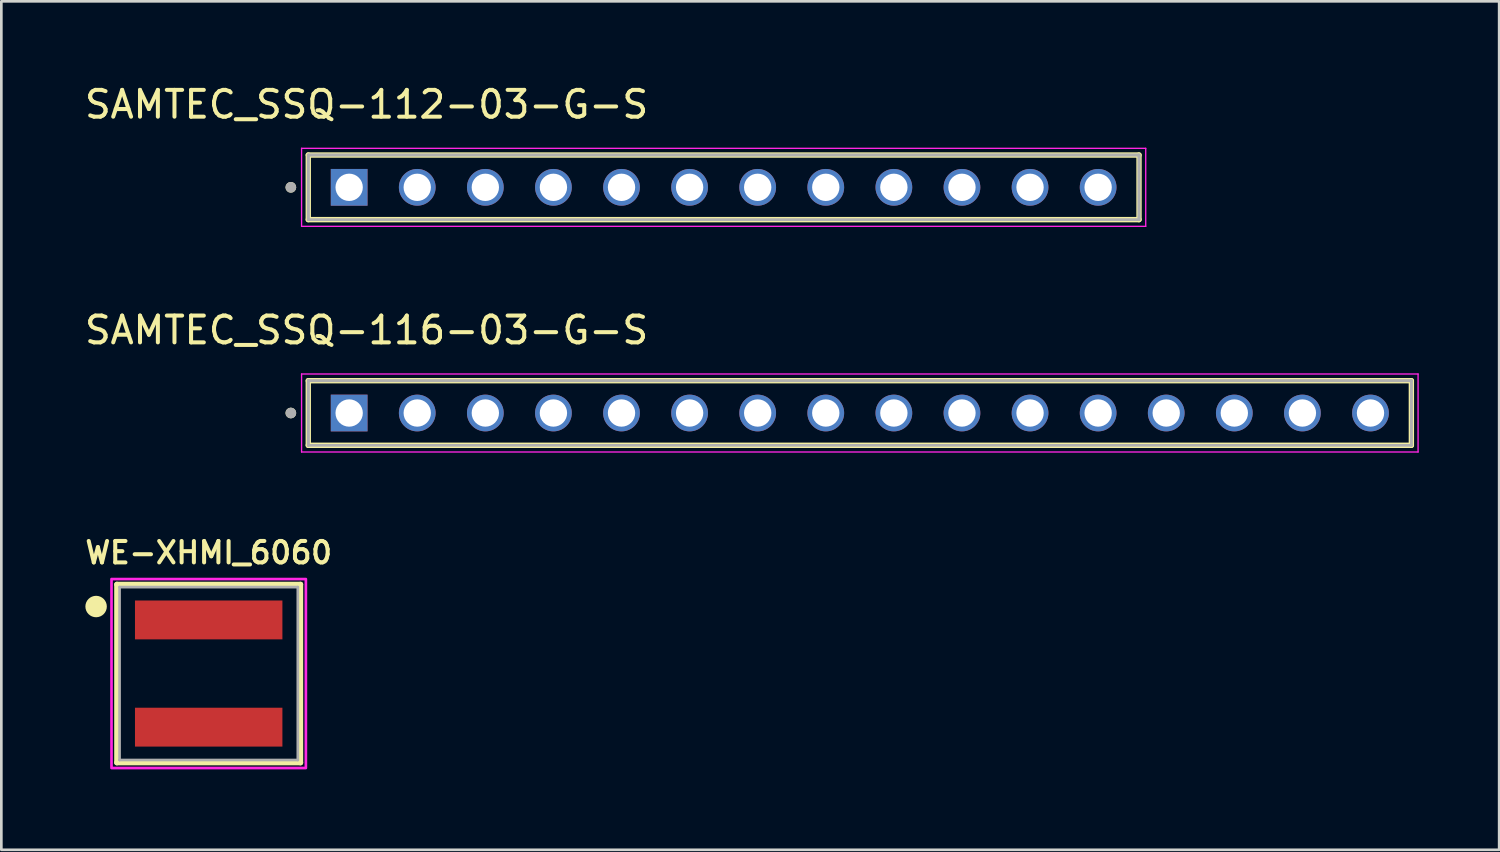
<source format=kicad_pcb>
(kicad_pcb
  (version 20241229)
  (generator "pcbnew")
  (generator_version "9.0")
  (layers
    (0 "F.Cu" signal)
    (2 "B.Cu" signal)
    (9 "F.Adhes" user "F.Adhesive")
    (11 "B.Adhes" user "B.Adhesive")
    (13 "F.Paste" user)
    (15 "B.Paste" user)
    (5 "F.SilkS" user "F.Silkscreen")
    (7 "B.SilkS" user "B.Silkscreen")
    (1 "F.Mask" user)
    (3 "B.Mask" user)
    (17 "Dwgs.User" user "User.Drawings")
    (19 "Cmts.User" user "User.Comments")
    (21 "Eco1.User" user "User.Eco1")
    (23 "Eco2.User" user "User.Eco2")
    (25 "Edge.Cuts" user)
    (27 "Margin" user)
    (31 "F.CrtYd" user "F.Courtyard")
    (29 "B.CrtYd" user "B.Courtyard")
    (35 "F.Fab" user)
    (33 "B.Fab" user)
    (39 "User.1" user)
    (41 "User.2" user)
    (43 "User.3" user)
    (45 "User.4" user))
  (footprint "WE-XHMI_6060"
    (layer "F.Cu")
    (at 4.735 22.076)
    (property "Reference" "WE-XHMI_6060" (at 0 -4.508 0) (layer "F.SilkS") (effects (font (size 0.8 0.8) (thickness 0.15))))
    (attr smd)
    (fp_line (start -3.425 -3.325) (end 3.425 -3.325) (stroke (width 0.2) (type solid)) (layer "F.SilkS"))
    (fp_line (start -3.425 3.325) (end -3.425 -3.325) (stroke (width 0.2) (type solid)) (layer "F.SilkS"))
    (fp_line (start 3.425 -3.325) (end 3.425 3.325) (stroke (width 0.2) (type solid)) (layer "F.SilkS"))
    (fp_line (start 3.425 3.325) (end -3.425 3.325) (stroke (width 0.2) (type solid)) (layer "F.SilkS"))
    (fp_circle (center -4.2 -2.5) (end -4 -2.5) (stroke (width 0.4) (type solid)) (fill no) (layer "F.SilkS"))
    (fp_poly (pts (xy -3.625 -3.525) (xy 3.625 -3.525) (xy 3.625 3.525) (xy -3.625 3.525)) (stroke (width 0.1) (type solid)) (fill no) (layer "F.CrtYd"))
    (fp_line (start -3.325 -3.225) (end 3.325 -3.225) (stroke (width 0.1) (type solid)) (layer "F.Fab"))
    (fp_line (start -3.325 3.225) (end -3.325 -3.225) (stroke (width 0.1) (type solid)) (layer "F.Fab"))
    (fp_line (start 3.325 -3.225) (end 3.325 3.225) (stroke (width 0.1) (type solid)) (layer "F.Fab"))
    (fp_line (start 3.325 3.225) (end -3.325 3.225) (stroke (width 0.1) (type solid)) (layer "F.Fab"))
    (pad "1" smd rect (at 0 -2) (size 5.5 1.45) (layers "F.Cu" "F.Mask" "F.Paste"))
    (pad "2" smd rect (at 0 2) (size 5.5 1.45) (layers "F.Cu" "F.Mask" "F.Paste"))
    (zone (net_name "") (layer "F.Cu") (hatch full 0.508) (connect_pads) (min_thickness 0.1) (filled_areas_thickness no) (keepout (tracks not_allowed) (vias not_allowed) (pads not_allowed) (copperpour not_allowed) (footprints allowed)) (placement (enabled no)) (fill) (polygon (pts (xy 1.51 20.851) (xy 7.96 20.851) (xy 7.96 23.301) (xy 1.51 23.301))))
    (zone (net_name "") (layers "F.Cu" "B.Cu") (hatch full 0.508) (connect_pads) (min_thickness 0.1) (filled_areas_thickness no) (keepout (tracks allowed) (vias not_allowed) (pads allowed) (copperpour allowed) (footprints allowed)) (placement (enabled no)) (fill) (polygon (pts (xy 1.51 20.851) (xy 7.96 20.851) (xy 7.96 23.301) (xy 1.51 23.301)))))
  (footprint "SAMTEC_SSQ-112-03-G-S"
    (layer "F.Cu")
    (at 23.945 3.938)
    (property "Reference" "SAMTEC_SSQ-112-03-G-S" (at -13.32 -3.09 0) (layer "F.SilkS") (effects (font (size 1 1) (thickness 0.15))))
    (attr through_hole)
    (fp_line (start -15.495 1.205) (end -15.495 -1.205) (stroke (width 0.2) (type solid)) (layer "F.SilkS"))
    (fp_line (start 15.495 -1.205) (end -15.495 -1.205) (stroke (width 0.2) (type solid)) (layer "F.SilkS"))
    (fp_line (start 15.495 -1.205) (end 15.495 1.205) (stroke (width 0.2) (type solid)) (layer "F.SilkS"))
    (fp_line (start 15.495 1.205) (end -15.495 1.205) (stroke (width 0.2) (type solid)) (layer "F.SilkS"))
    (fp_circle (center -16.145 0) (end -16.045 0) (stroke (width 0.2) (type solid)) (fill no) (layer "F.SilkS"))
    (fp_line (start -15.745 -1.455) (end 15.745 -1.455) (stroke (width 0.05) (type solid)) (layer "F.CrtYd"))
    (fp_line (start -15.745 1.455) (end -15.745 -1.455) (stroke (width 0.05) (type solid)) (layer "F.CrtYd"))
    (fp_line (start 15.745 -1.455) (end 15.745 1.455) (stroke (width 0.05) (type solid)) (layer "F.CrtYd"))
    (fp_line (start 15.745 1.455) (end -15.745 1.455) (stroke (width 0.05) (type solid)) (layer "F.CrtYd"))
    (fp_line (start -15.495 -1.205) (end 15.495 -1.205) (stroke (width 0.1) (type solid)) (layer "F.Fab"))
    (fp_line (start -15.495 -1.205) (end 15.495 -1.205) (stroke (width 0.1) (type solid)) (layer "F.Fab"))
    (fp_line (start -15.495 1.205) (end -15.495 -1.205) (stroke (width 0.1) (type solid)) (layer "F.Fab"))
    (fp_line (start -15.495 1.205) (end -15.495 -1.205) (stroke (width 0.1) (type solid)) (layer "F.Fab"))
    (fp_line (start 15.495 -1.205) (end 15.495 1.205) (stroke (width 0.1) (type solid)) (layer "F.Fab"))
    (fp_line (start 15.495 -1.205) (end 15.495 1.205) (stroke (width 0.1) (type solid)) (layer "F.Fab"))
    (fp_line (start 15.495 1.205) (end -15.495 1.205) (stroke (width 0.1) (type solid)) (layer "F.Fab"))
    (fp_circle (center -16.145 0) (end -16.045 0) (stroke (width 0.2) (type solid)) (fill no) (layer "F.Fab"))
    (pad "01" thru_hole rect (at -13.97 0) (size 1.37 1.37) (drill 1.02) (layers "*.Cu" "*.Mask"))
    (pad "02" thru_hole circle (at -11.43 0) (size 1.37 1.37) (drill 1.02) (layers "*.Cu" "*.Mask"))
    (pad "03" thru_hole circle (at -8.89 0) (size 1.37 1.37) (drill 1.02) (layers "*.Cu" "*.Mask"))
    (pad "04" thru_hole circle (at -6.35 0) (size 1.37 1.37) (drill 1.02) (layers "*.Cu" "*.Mask"))
    (pad "05" thru_hole circle (at -3.81 0) (size 1.37 1.37) (drill 1.02) (layers "*.Cu" "*.Mask"))
    (pad "06" thru_hole circle (at -1.27 0) (size 1.37 1.37) (drill 1.02) (layers "*.Cu" "*.Mask"))
    (pad "07" thru_hole circle (at 1.27 0) (size 1.37 1.37) (drill 1.02) (layers "*.Cu" "*.Mask"))
    (pad "08" thru_hole circle (at 3.81 0) (size 1.37 1.37) (drill 1.02) (layers "*.Cu" "*.Mask"))
    (pad "09" thru_hole circle (at 6.35 0) (size 1.37 1.37) (drill 1.02) (layers "*.Cu" "*.Mask"))
    (pad "10" thru_hole circle (at 8.89 0) (size 1.37 1.37) (drill 1.02) (layers "*.Cu" "*.Mask"))
    (pad "11" thru_hole circle (at 11.43 0) (size 1.37 1.37) (drill 1.02) (layers "*.Cu" "*.Mask"))
    (pad "12" thru_hole circle (at 13.97 0) (size 1.37 1.37) (drill 1.02) (layers "*.Cu" "*.Mask")))
  (footprint "SAMTEC_SSQ-116-03-G-S"
    (layer "F.Cu")
    (at 29.025 12.357)
    (property "Reference" "SAMTEC_SSQ-116-03-G-S" (at -18.4 -3.09 0) (layer "F.SilkS") (effects (font (size 1 1) (thickness 0.15))))
    (attr through_hole)
    (fp_line (start -20.575 1.205) (end -20.575 -1.205) (stroke (width 0.2) (type solid)) (layer "F.SilkS"))
    (fp_line (start 20.575 -1.205) (end -20.575 -1.205) (stroke (width 0.2) (type solid)) (layer "F.SilkS"))
    (fp_line (start 20.575 -1.205) (end 20.575 1.205) (stroke (width 0.2) (type solid)) (layer "F.SilkS"))
    (fp_line (start 20.575 1.205) (end -20.575 1.205) (stroke (width 0.2) (type solid)) (layer "F.SilkS"))
    (fp_circle (center -21.225 0) (end -21.125 0) (stroke (width 0.2) (type solid)) (fill no) (layer "F.SilkS"))
    (fp_line (start -20.825 -1.455) (end 20.825 -1.455) (stroke (width 0.05) (type solid)) (layer "F.CrtYd"))
    (fp_line (start -20.825 1.455) (end -20.825 -1.455) (stroke (width 0.05) (type solid)) (layer "F.CrtYd"))
    (fp_line (start 20.825 -1.455) (end 20.825 1.455) (stroke (width 0.05) (type solid)) (layer "F.CrtYd"))
    (fp_line (start 20.825 1.455) (end -20.825 1.455) (stroke (width 0.05) (type solid)) (layer "F.CrtYd"))
    (fp_line (start -20.575 -1.205) (end 20.575 -1.205) (stroke (width 0.1) (type solid)) (layer "F.Fab"))
    (fp_line (start -20.575 -1.205) (end 20.575 -1.205) (stroke (width 0.1) (type solid)) (layer "F.Fab"))
    (fp_line (start -20.575 1.205) (end -20.575 -1.205) (stroke (width 0.1) (type solid)) (layer "F.Fab"))
    (fp_line (start -20.575 1.205) (end -20.575 -1.205) (stroke (width 0.1) (type solid)) (layer "F.Fab"))
    (fp_line (start 20.575 -1.205) (end 20.575 1.205) (stroke (width 0.1) (type solid)) (layer "F.Fab"))
    (fp_line (start 20.575 -1.205) (end 20.575 1.205) (stroke (width 0.1) (type solid)) (layer "F.Fab"))
    (fp_line (start 20.575 1.205) (end -20.575 1.205) (stroke (width 0.1) (type solid)) (layer "F.Fab"))
    (fp_circle (center -21.225 0) (end -21.125 0) (stroke (width 0.2) (type solid)) (fill no) (layer "F.Fab"))
    (pad "01" thru_hole rect (at -19.05 0) (size 1.37 1.37) (drill 1.02) (layers "*.Cu" "*.Mask"))
    (pad "02" thru_hole circle (at -16.51 0) (size 1.37 1.37) (drill 1.02) (layers "*.Cu" "*.Mask"))
    (pad "03" thru_hole circle (at -13.97 0) (size 1.37 1.37) (drill 1.02) (layers "*.Cu" "*.Mask"))
    (pad "04" thru_hole circle (at -11.43 0) (size 1.37 1.37) (drill 1.02) (layers "*.Cu" "*.Mask"))
    (pad "05" thru_hole circle (at -8.89 0) (size 1.37 1.37) (drill 1.02) (layers "*.Cu" "*.Mask"))
    (pad "06" thru_hole circle (at -6.35 0) (size 1.37 1.37) (drill 1.02) (layers "*.Cu" "*.Mask"))
    (pad "07" thru_hole circle (at -3.81 0) (size 1.37 1.37) (drill 1.02) (layers "*.Cu" "*.Mask"))
    (pad "08" thru_hole circle (at -1.27 0) (size 1.37 1.37) (drill 1.02) (layers "*.Cu" "*.Mask"))
    (pad "09" thru_hole circle (at 1.27 0) (size 1.37 1.37) (drill 1.02) (layers "*.Cu" "*.Mask"))
    (pad "10" thru_hole circle (at 3.81 0) (size 1.37 1.37) (drill 1.02) (layers "*.Cu" "*.Mask"))
    (pad "11" thru_hole circle (at 6.35 0) (size 1.37 1.37) (drill 1.02) (layers "*.Cu" "*.Mask"))
    (pad "12" thru_hole circle (at 8.89 0) (size 1.37 1.37) (drill 1.02) (layers "*.Cu" "*.Mask"))
    (pad "13" thru_hole circle (at 11.43 0) (size 1.37 1.37) (drill 1.02) (layers "*.Cu" "*.Mask"))
    (pad "14" thru_hole circle (at 13.97 0) (size 1.37 1.37) (drill 1.02) (layers "*.Cu" "*.Mask"))
    (pad "15" thru_hole circle (at 16.51 0) (size 1.37 1.37) (drill 1.02) (layers "*.Cu" "*.Mask"))
    (pad "16" thru_hole circle (at 19.05 0) (size 1.37 1.37) (drill 1.02) (layers "*.Cu" "*.Mask")))
  (gr_rect
    (start -3 -3)
    (end 52.875 28.651)
    (stroke (width 0.1) (type default))
    (fill no)
    (layer "Edge.Cuts")))
</source>
